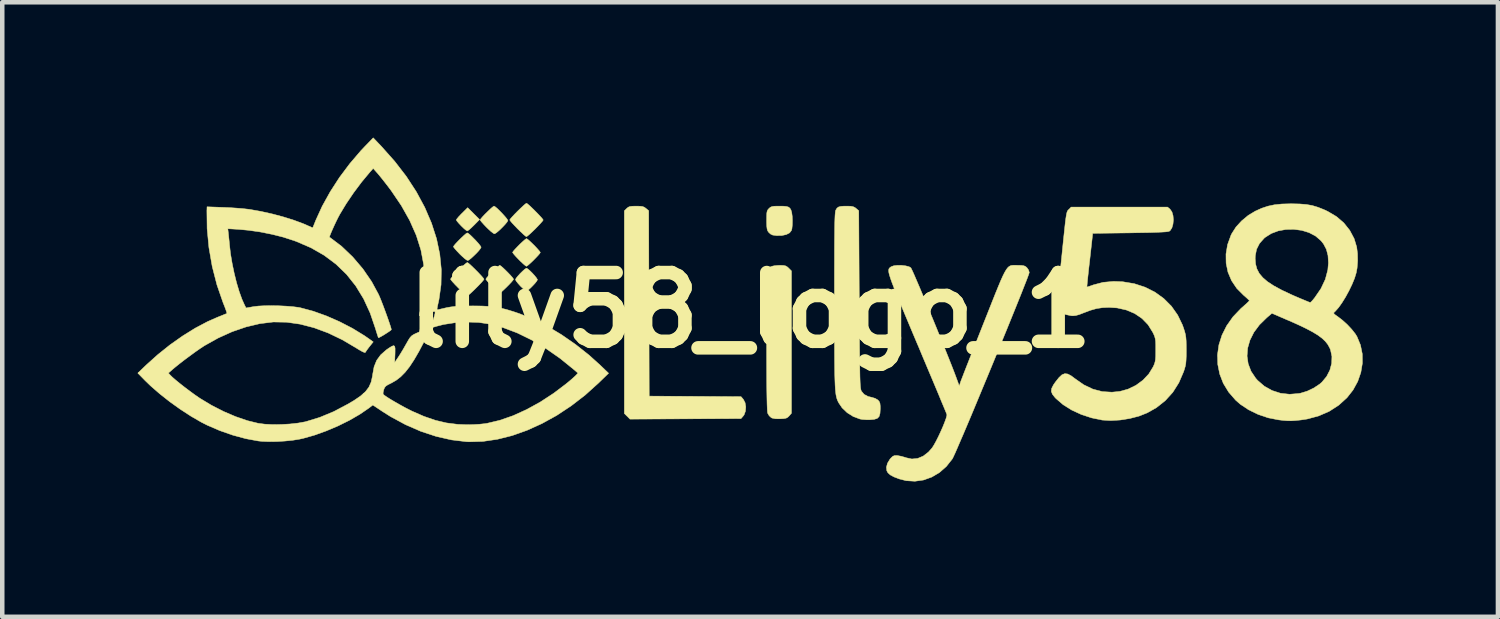
<source format=kicad_pcb>
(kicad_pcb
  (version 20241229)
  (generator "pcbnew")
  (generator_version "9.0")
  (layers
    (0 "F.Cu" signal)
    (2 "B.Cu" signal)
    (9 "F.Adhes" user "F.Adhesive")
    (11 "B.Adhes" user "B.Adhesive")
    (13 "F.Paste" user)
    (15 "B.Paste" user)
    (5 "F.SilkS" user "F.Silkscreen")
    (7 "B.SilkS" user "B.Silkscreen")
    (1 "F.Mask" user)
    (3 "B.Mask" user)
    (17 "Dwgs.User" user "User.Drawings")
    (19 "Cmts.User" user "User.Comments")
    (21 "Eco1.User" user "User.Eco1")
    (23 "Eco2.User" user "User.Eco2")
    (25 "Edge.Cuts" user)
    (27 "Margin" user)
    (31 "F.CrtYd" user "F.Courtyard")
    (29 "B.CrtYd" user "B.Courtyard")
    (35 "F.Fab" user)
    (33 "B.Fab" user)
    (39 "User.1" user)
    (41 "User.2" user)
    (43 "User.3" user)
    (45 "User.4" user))
  (footprint "lily58_logo_1"
    (layer "F.Cu")
    (at 13.583 3.826)
    (property "Reference" "lily58_logo_1" (at 0 0 0) (layer "F.SilkS") (effects (font (size 1.524 1.524) (thickness 0.3))))
    (attr through_hole)
    (fp_poly (pts (xy -6.003 -2.01) (xy -6.128 -1.883) (xy -6.188 -1.825) (xy -6.238 -1.781) (xy -6.271 -1.759) (xy -6.276 -1.757) (xy -6.301 -1.771) (xy -6.346 -1.808) (xy -6.401 -1.861) (xy -6.409 -1.869) (xy -6.462 -1.925) (xy -6.502 -1.972) (xy -6.519 -2) (xy -6.519 -2.002) (xy -6.505 -2.025) (xy -6.468 -2.07) (xy -6.414 -2.127) (xy -6.393 -2.148) (xy -6.267 -2.273) (xy -6.003 -2.01)) (stroke (width 0.01) (type solid)) (fill yes) (layer "F.SilkS"))
    (fp_poly (pts (xy -2.445 -2.305) (xy -2.388 -2.298) (xy -2.348 -2.281) (xy -2.314 -2.256) (xy -2.254 -2.205) (xy -2.249 -0.151) (xy -2.243 1.904) (xy -1.225 1.91) (xy -0.208 1.916) (xy -0.157 1.975) (xy -0.118 2.049) (xy -0.102 2.142) (xy -0.11 2.238) (xy -0.14 2.32) (xy -0.157 2.343) (xy -0.208 2.402) (xy -1.439 2.408) (xy -2.669 2.414) (xy -2.794 2.289) (xy -2.794 -2.203) (xy -2.742 -2.255) (xy -2.71 -2.282) (xy -2.673 -2.298) (xy -2.62 -2.305) (xy -2.537 -2.307) (xy -2.532 -2.307) (xy -2.445 -2.305)) (stroke (width 0.01) (type solid)) (fill yes) (layer "F.SilkS"))
    (fp_poly (pts (xy -4.935 -0.916) (xy -4.89 -0.878) (xy -4.837 -0.826) (xy -4.785 -0.769) (xy -4.744 -0.718) (xy -4.722 -0.683) (xy -4.72 -0.676) (xy -4.735 -0.647) (xy -4.771 -0.6) (xy -4.822 -0.545) (xy -4.876 -0.491) (xy -4.925 -0.448) (xy -4.959 -0.425) (xy -4.965 -0.423) (xy -4.989 -0.437) (xy -5.034 -0.475) (xy -5.089 -0.527) (xy -5.097 -0.535) (xy -5.15 -0.594) (xy -5.19 -0.644) (xy -5.207 -0.677) (xy -5.207 -0.679) (xy -5.193 -0.708) (xy -5.156 -0.754) (xy -5.106 -0.81) (xy -5.051 -0.864) (xy -5.003 -0.907) (xy -4.968 -0.93) (xy -4.962 -0.931) (xy -4.935 -0.916)) (stroke (width 0.01) (type solid)) (fill yes) (layer "F.SilkS"))
    (fp_poly (pts (xy -6.249 -1.7) (xy -6.203 -1.661) (xy -6.147 -1.606) (xy -6.087 -1.545) (xy -6.032 -1.484) (xy -5.991 -1.433) (xy -5.97 -1.4) (xy -5.969 -1.396) (xy -5.984 -1.366) (xy -6.022 -1.317) (xy -6.076 -1.259) (xy -6.137 -1.2) (xy -6.194 -1.148) (xy -6.241 -1.112) (xy -6.266 -1.101) (xy -6.294 -1.115) (xy -6.343 -1.153) (xy -6.405 -1.209) (xy -6.441 -1.244) (xy -6.502 -1.308) (xy -6.55 -1.362) (xy -6.578 -1.399) (xy -6.583 -1.409) (xy -6.568 -1.433) (xy -6.531 -1.477) (xy -6.478 -1.533) (xy -6.418 -1.593) (xy -6.36 -1.648) (xy -6.311 -1.691) (xy -6.279 -1.713) (xy -6.275 -1.714) (xy -6.249 -1.7)) (stroke (width 0.01) (type solid)) (fill yes) (layer "F.SilkS"))
    (fp_poly (pts (xy -5.656 -2.292) (xy -5.61 -2.254) (xy -5.554 -2.199) (xy -5.494 -2.137) (xy -5.44 -2.077) (xy -5.398 -2.026) (xy -5.377 -1.993) (xy -5.376 -1.989) (xy -5.391 -1.958) (xy -5.43 -1.91) (xy -5.484 -1.852) (xy -5.544 -1.792) (xy -5.602 -1.74) (xy -5.649 -1.705) (xy -5.674 -1.693) (xy -5.702 -1.708) (xy -5.751 -1.746) (xy -5.812 -1.802) (xy -5.848 -1.837) (xy -5.909 -1.901) (xy -5.957 -1.955) (xy -5.986 -1.991) (xy -5.99 -2.001) (xy -5.976 -2.025) (xy -5.938 -2.07) (xy -5.885 -2.126) (xy -5.825 -2.185) (xy -5.767 -2.241) (xy -5.718 -2.284) (xy -5.687 -2.306) (xy -5.682 -2.307) (xy -5.656 -2.292)) (stroke (width 0.01) (type solid)) (fill yes) (layer "F.SilkS"))
    (fp_poly (pts (xy -5.531 -0.98) (xy -5.487 -0.943) (xy -5.431 -0.89) (xy -5.371 -0.83) (xy -5.316 -0.772) (xy -5.273 -0.723) (xy -5.251 -0.691) (xy -5.249 -0.687) (xy -5.264 -0.663) (xy -5.301 -0.619) (xy -5.354 -0.563) (xy -5.414 -0.503) (xy -5.473 -0.447) (xy -5.521 -0.404) (xy -5.553 -0.382) (xy -5.557 -0.381) (xy -5.581 -0.395) (xy -5.625 -0.433) (xy -5.684 -0.488) (xy -5.721 -0.524) (xy -5.782 -0.588) (xy -5.83 -0.643) (xy -5.859 -0.679) (xy -5.863 -0.689) (xy -5.849 -0.713) (xy -5.811 -0.757) (xy -5.758 -0.813) (xy -5.698 -0.873) (xy -5.64 -0.928) (xy -5.591 -0.971) (xy -5.56 -0.993) (xy -5.555 -0.995) (xy -5.531 -0.98)) (stroke (width 0.01) (type solid)) (fill yes) (layer "F.SilkS"))
    (fp_poly (pts (xy -4.938 -1.573) (xy -4.894 -1.535) (xy -4.838 -1.482) (xy -4.778 -1.423) (xy -4.723 -1.364) (xy -4.68 -1.315) (xy -4.658 -1.284) (xy -4.657 -1.279) (xy -4.671 -1.255) (xy -4.709 -1.211) (xy -4.762 -1.155) (xy -4.821 -1.095) (xy -4.88 -1.04) (xy -4.929 -0.997) (xy -4.96 -0.975) (xy -4.965 -0.974) (xy -4.988 -0.988) (xy -5.033 -1.026) (xy -5.092 -1.081) (xy -5.128 -1.117) (xy -5.19 -1.181) (xy -5.238 -1.235) (xy -5.266 -1.272) (xy -5.271 -1.282) (xy -5.256 -1.306) (xy -5.218 -1.35) (xy -5.165 -1.406) (xy -5.106 -1.466) (xy -5.047 -1.521) (xy -4.998 -1.564) (xy -4.967 -1.586) (xy -4.962 -1.587) (xy -4.938 -1.573)) (stroke (width 0.01) (type solid)) (fill yes) (layer "F.SilkS"))
    (fp_poly (pts (xy 0.734 -2.306) (xy 0.802 -2.299) (xy 0.847 -2.285) (xy 0.877 -2.26) (xy 0.9 -2.221) (xy 0.916 -2.166) (xy 0.927 -2.083) (xy 0.931 -1.986) (xy 0.929 -1.89) (xy 0.921 -1.809) (xy 0.91 -1.768) (xy 0.869 -1.715) (xy 0.795 -1.677) (xy 0.697 -1.656) (xy 0.582 -1.654) (xy 0.493 -1.666) (xy 0.446 -1.689) (xy 0.403 -1.729) (xy 0.382 -1.761) (xy 0.37 -1.801) (xy 0.363 -1.859) (xy 0.36 -1.944) (xy 0.36 -1.993) (xy 0.361 -2.091) (xy 0.364 -2.156) (xy 0.373 -2.199) (xy 0.388 -2.228) (xy 0.412 -2.255) (xy 0.443 -2.282) (xy 0.478 -2.297) (xy 0.528 -2.305) (xy 0.607 -2.307) (xy 0.632 -2.307) (xy 0.734 -2.306)) (stroke (width 0.01) (type solid)) (fill yes) (layer "F.SilkS"))
    (fp_poly (pts (xy -6.252 -1.044) (xy -6.207 -1.006) (xy -6.149 -0.951) (xy -6.084 -0.887) (xy -6.02 -0.822) (xy -5.964 -0.762) (xy -5.923 -0.715) (xy -5.906 -0.688) (xy -5.905 -0.687) (xy -5.92 -0.664) (xy -5.958 -0.619) (xy -6.013 -0.561) (xy -6.077 -0.496) (xy -6.142 -0.432) (xy -6.202 -0.376) (xy -6.249 -0.335) (xy -6.275 -0.318) (xy -6.277 -0.318) (xy -6.299 -0.332) (xy -6.345 -0.37) (xy -6.406 -0.427) (xy -6.472 -0.493) (xy -6.541 -0.563) (xy -6.597 -0.624) (xy -6.634 -0.668) (xy -6.646 -0.689) (xy -6.632 -0.712) (xy -6.594 -0.757) (xy -6.539 -0.815) (xy -6.475 -0.88) (xy -6.41 -0.944) (xy -6.35 -1) (xy -6.303 -1.04) (xy -6.276 -1.058) (xy -6.275 -1.058) (xy -6.252 -1.044)) (stroke (width 0.01) (type solid)) (fill yes) (layer "F.SilkS"))
    (fp_poly (pts (xy -4.939 -2.356) (xy -4.895 -2.318) (xy -4.837 -2.263) (xy -4.772 -2.199) (xy -4.708 -2.134) (xy -4.652 -2.074) (xy -4.611 -2.027) (xy -4.593 -2.001) (xy -4.593 -1.999) (xy -4.608 -1.976) (xy -4.646 -1.932) (xy -4.701 -1.873) (xy -4.764 -1.808) (xy -4.83 -1.744) (xy -4.89 -1.688) (xy -4.937 -1.648) (xy -4.963 -1.63) (xy -4.964 -1.63) (xy -4.987 -1.644) (xy -5.032 -1.683) (xy -5.093 -1.74) (xy -5.16 -1.805) (xy -5.228 -1.876) (xy -5.284 -1.936) (xy -5.321 -1.981) (xy -5.334 -2.001) (xy -5.32 -2.024) (xy -5.281 -2.069) (xy -5.227 -2.127) (xy -5.163 -2.192) (xy -5.097 -2.256) (xy -5.037 -2.312) (xy -4.991 -2.353) (xy -4.964 -2.37) (xy -4.963 -2.371) (xy -4.939 -2.356)) (stroke (width 0.01) (type solid)) (fill yes) (layer "F.SilkS"))
    (fp_poly (pts (xy 0.735 -0.992) (xy 0.784 -0.981) (xy 0.824 -0.956) (xy 0.848 -0.933) (xy 0.91 -0.871) (xy 0.91 2.284) (xy 0.86 2.342) (xy 0.827 2.374) (xy 0.791 2.393) (xy 0.736 2.403) (xy 0.664 2.407) (xy 0.556 2.406) (xy 0.482 2.391) (xy 0.463 2.382) (xy 0.416 2.339) (xy 0.383 2.283) (xy 0.378 2.251) (xy 0.374 2.186) (xy 0.37 2.085) (xy 0.367 1.949) (xy 0.364 1.776) (xy 0.362 1.565) (xy 0.361 1.315) (xy 0.36 1.025) (xy 0.36 0.705) (xy 0.36 0.404) (xy 0.36 0.142) (xy 0.361 -0.084) (xy 0.362 -0.275) (xy 0.364 -0.436) (xy 0.367 -0.569) (xy 0.371 -0.676) (xy 0.376 -0.761) (xy 0.383 -0.827) (xy 0.392 -0.876) (xy 0.403 -0.911) (xy 0.416 -0.935) (xy 0.431 -0.951) (xy 0.449 -0.962) (xy 0.469 -0.971) (xy 0.477 -0.974) (xy 0.528 -0.985) (xy 0.603 -0.993) (xy 0.659 -0.995) (xy 0.735 -0.992)) (stroke (width 0.01) (type solid)) (fill yes) (layer "F.SilkS"))
    (fp_poly (pts (xy 2.222 -2.305) (xy 2.277 -2.295) (xy 2.319 -2.275) (xy 2.343 -2.256) (xy 2.402 -2.205) (xy 2.413 -0.24) (xy 2.415 0.094) (xy 2.417 0.388) (xy 2.418 0.646) (xy 2.42 0.868) (xy 2.422 1.059) (xy 2.424 1.221) (xy 2.426 1.355) (xy 2.428 1.466) (xy 2.431 1.556) (xy 2.434 1.626) (xy 2.438 1.68) (xy 2.442 1.721) (xy 2.447 1.751) (xy 2.452 1.772) (xy 2.458 1.788) (xy 2.461 1.794) (xy 2.52 1.865) (xy 2.609 1.912) (xy 2.696 1.933) (xy 2.765 1.954) (xy 2.823 1.988) (xy 2.829 1.993) (xy 2.856 2.025) (xy 2.872 2.064) (xy 2.878 2.123) (xy 2.879 2.182) (xy 2.873 2.286) (xy 2.853 2.356) (xy 2.812 2.398) (xy 2.744 2.419) (xy 2.654 2.427) (xy 2.565 2.427) (xy 2.482 2.421) (xy 2.429 2.412) (xy 2.281 2.357) (xy 2.146 2.272) (xy 2.033 2.164) (xy 1.959 2.055) (xy 1.943 2.024) (xy 1.929 1.993) (xy 1.917 1.959) (xy 1.907 1.921) (xy 1.897 1.874) (xy 1.89 1.817) (xy 1.883 1.747) (xy 1.878 1.661) (xy 1.874 1.556) (xy 1.87 1.43) (xy 1.868 1.281) (xy 1.866 1.104) (xy 1.865 0.898) (xy 1.864 0.661) (xy 1.863 0.388) (xy 1.863 0.078) (xy 1.863 -0.218) (xy 1.863 -0.555) (xy 1.863 -0.851) (xy 1.864 -1.111) (xy 1.864 -1.336) (xy 1.865 -1.528) (xy 1.867 -1.691) (xy 1.868 -1.826) (xy 1.87 -1.937) (xy 1.873 -2.025) (xy 1.876 -2.094) (xy 1.88 -2.145) (xy 1.884 -2.182) (xy 1.888 -2.206) (xy 1.894 -2.221) (xy 1.919 -2.262) (xy 1.952 -2.287) (xy 2.001 -2.301) (xy 2.076 -2.307) (xy 2.138 -2.307) (xy 2.222 -2.305)) (stroke (width 0.01) (type solid)) (fill yes) (layer "F.SilkS"))
    (fp_poly (pts (xy 5.873 -0.996) (xy 5.922 -0.995) (xy 5.927 -0.995) (xy 6.009 -0.993) (xy 6.063 -0.985) (xy 6.1 -0.968) (xy 6.129 -0.943) (xy 6.165 -0.892) (xy 6.181 -0.839) (xy 6.181 -0.837) (xy 6.173 -0.808) (xy 6.15 -0.743) (xy 6.113 -0.646) (xy 6.063 -0.519) (xy 6.003 -0.366) (xy 5.932 -0.19) (xy 5.853 0.006) (xy 5.767 0.218) (xy 5.675 0.445) (xy 5.578 0.681) (xy 5.478 0.925) (xy 5.377 1.172) (xy 5.274 1.421) (xy 5.172 1.666) (xy 5.072 1.907) (xy 4.976 2.138) (xy 4.884 2.358) (xy 4.798 2.562) (xy 4.719 2.748) (xy 4.648 2.912) (xy 4.588 3.052) (xy 4.539 3.164) (xy 4.502 3.244) (xy 4.479 3.291) (xy 4.475 3.297) (xy 4.343 3.464) (xy 4.189 3.599) (xy 4.019 3.699) (xy 3.837 3.764) (xy 3.647 3.791) (xy 3.454 3.779) (xy 3.301 3.74) (xy 3.183 3.695) (xy 3.101 3.651) (xy 3.048 3.603) (xy 3.024 3.56) (xy 3.015 3.481) (xy 3.039 3.392) (xy 3.092 3.304) (xy 3.112 3.281) (xy 3.157 3.238) (xy 3.199 3.221) (xy 3.259 3.222) (xy 3.265 3.223) (xy 3.344 3.238) (xy 3.429 3.262) (xy 3.45 3.27) (xy 3.579 3.298) (xy 3.708 3.285) (xy 3.832 3.233) (xy 3.948 3.143) (xy 4.031 3.048) (xy 4.07 2.986) (xy 4.117 2.901) (xy 4.168 2.8) (xy 4.218 2.692) (xy 4.266 2.584) (xy 4.306 2.484) (xy 4.337 2.399) (xy 4.354 2.339) (xy 4.355 2.313) (xy 4.346 2.288) (xy 4.321 2.227) (xy 4.282 2.133) (xy 4.23 2.009) (xy 4.168 1.858) (xy 4.095 1.684) (xy 4.013 1.489) (xy 3.923 1.276) (xy 3.827 1.048) (xy 3.727 0.808) (xy 3.695 0.734) (xy 3.573 0.445) (xy 3.467 0.192) (xy 3.375 -0.027) (xy 3.297 -0.215) (xy 3.232 -0.374) (xy 3.179 -0.507) (xy 3.137 -0.616) (xy 3.106 -0.704) (xy 3.084 -0.774) (xy 3.07 -0.828) (xy 3.065 -0.869) (xy 3.066 -0.899) (xy 3.073 -0.922) (xy 3.086 -0.938) (xy 3.102 -0.952) (xy 3.122 -0.965) (xy 3.124 -0.966) (xy 3.18 -0.986) (xy 3.261 -0.995) (xy 3.354 -0.994) (xy 3.443 -0.983) (xy 3.517 -0.964) (xy 3.556 -0.941) (xy 3.57 -0.915) (xy 3.599 -0.854) (xy 3.64 -0.762) (xy 3.691 -0.643) (xy 3.752 -0.501) (xy 3.819 -0.341) (xy 3.893 -0.166) (xy 3.97 0.02) (xy 4.05 0.212) (xy 4.13 0.407) (xy 4.208 0.6) (xy 4.284 0.786) (xy 4.355 0.963) (xy 4.42 1.126) (xy 4.477 1.27) (xy 4.524 1.392) (xy 4.56 1.488) (xy 4.561 1.491) (xy 4.63 1.679) (xy 4.657 1.596) (xy 4.669 1.562) (xy 4.696 1.493) (xy 4.735 1.391) (xy 4.786 1.26) (xy 4.847 1.105) (xy 4.916 0.929) (xy 4.993 0.736) (xy 5.075 0.529) (xy 5.161 0.311) (xy 5.169 0.291) (xy 5.271 0.034) (xy 5.358 -0.186) (xy 5.432 -0.372) (xy 5.496 -0.528) (xy 5.549 -0.655) (xy 5.595 -0.757) (xy 5.635 -0.837) (xy 5.67 -0.897) (xy 5.702 -0.94) (xy 5.732 -0.968) (xy 5.763 -0.985) (xy 5.796 -0.994) (xy 5.832 -0.996) (xy 5.873 -0.996)) (stroke (width 0.01) (type solid)) (fill yes) (layer "F.SilkS"))
    (fp_poly (pts (xy 9.247 -2.286) (xy 9.303 -2.238) (xy 9.344 -2.179) (xy 9.368 -2.097) (xy 9.376 -2.002) (xy 9.367 -1.908) (xy 9.343 -1.825) (xy 9.304 -1.765) (xy 9.285 -1.751) (xy 9.259 -1.744) (xy 9.207 -1.737) (xy 9.126 -1.732) (xy 9.014 -1.727) (xy 8.868 -1.722) (xy 8.686 -1.719) (xy 8.464 -1.715) (xy 8.414 -1.714) (xy 7.588 -1.704) (xy 7.522 -1.111) (xy 7.504 -0.958) (xy 7.489 -0.819) (xy 7.476 -0.7) (xy 7.467 -0.606) (xy 7.461 -0.543) (xy 7.459 -0.515) (xy 7.459 -0.514) (xy 7.479 -0.519) (xy 7.529 -0.535) (xy 7.597 -0.559) (xy 7.605 -0.562) (xy 7.819 -0.618) (xy 8.053 -0.639) (xy 8.253 -0.631) (xy 8.51 -0.588) (xy 8.749 -0.51) (xy 8.969 -0.399) (xy 9.164 -0.258) (xy 9.333 -0.088) (xy 9.471 0.108) (xy 9.577 0.327) (xy 9.601 0.395) (xy 9.626 0.473) (xy 9.643 0.539) (xy 9.653 0.604) (xy 9.659 0.68) (xy 9.661 0.776) (xy 9.662 0.889) (xy 9.661 1.014) (xy 9.657 1.108) (xy 9.651 1.181) (xy 9.639 1.244) (xy 9.621 1.307) (xy 9.602 1.365) (xy 9.497 1.608) (xy 9.362 1.821) (xy 9.195 2.005) (xy 8.998 2.161) (xy 8.796 2.275) (xy 8.615 2.347) (xy 8.41 2.4) (xy 8.196 2.434) (xy 7.986 2.446) (xy 7.799 2.435) (xy 7.562 2.386) (xy 7.334 2.311) (xy 7.122 2.213) (xy 6.933 2.095) (xy 6.776 1.96) (xy 6.746 1.928) (xy 6.693 1.86) (xy 6.67 1.798) (xy 6.678 1.733) (xy 6.717 1.656) (xy 6.762 1.591) (xy 6.84 1.493) (xy 6.906 1.431) (xy 6.969 1.406) (xy 7.035 1.414) (xy 7.112 1.455) (xy 7.192 1.515) (xy 7.389 1.653) (xy 7.59 1.749) (xy 7.798 1.804) (xy 8.013 1.817) (xy 8.188 1.8) (xy 8.373 1.749) (xy 8.547 1.664) (xy 8.702 1.55) (xy 8.831 1.413) (xy 8.927 1.256) (xy 8.928 1.255) (xy 8.953 1.198) (xy 8.969 1.147) (xy 8.979 1.091) (xy 8.984 1.018) (xy 8.985 0.918) (xy 8.985 0.878) (xy 8.985 0.769) (xy 8.982 0.69) (xy 8.974 0.632) (xy 8.96 0.581) (xy 8.938 0.528) (xy 8.917 0.486) (xy 8.814 0.321) (xy 8.68 0.183) (xy 8.518 0.073) (xy 8.333 -0.005) (xy 8.129 -0.051) (xy 7.954 -0.063) (xy 7.808 -0.057) (xy 7.674 -0.037) (xy 7.536 0.002) (xy 7.388 0.058) (xy 7.289 0.096) (xy 7.214 0.117) (xy 7.151 0.124) (xy 7.113 0.122) (xy 6.993 0.097) (xy 6.897 0.049) (xy 6.832 -0.019) (xy 6.826 -0.029) (xy 6.818 -0.046) (xy 6.811 -0.066) (xy 6.807 -0.092) (xy 6.805 -0.127) (xy 6.806 -0.176) (xy 6.809 -0.243) (xy 6.816 -0.332) (xy 6.826 -0.446) (xy 6.84 -0.589) (xy 6.858 -0.765) (xy 6.879 -0.978) (xy 6.888 -1.06) (xy 6.913 -1.305) (xy 6.934 -1.511) (xy 6.952 -1.683) (xy 6.967 -1.823) (xy 6.979 -1.935) (xy 6.99 -2.022) (xy 7 -2.088) (xy 7.009 -2.136) (xy 7.017 -2.17) (xy 7.026 -2.193) (xy 7.035 -2.21) (xy 7.046 -2.222) (xy 7.058 -2.234) (xy 7.061 -2.236) (xy 7.11 -2.286) (xy 8.179 -2.286) (xy 9.247 -2.286)) (stroke (width 0.01) (type solid)) (fill yes) (layer "F.SilkS"))
    (fp_poly (pts (xy 12.178 -2.355) (xy 12.325 -2.343) (xy 12.455 -2.32) (xy 12.581 -2.282) (xy 12.714 -2.229) (xy 12.799 -2.189) (xy 12.99 -2.076) (xy 13.153 -1.936) (xy 13.284 -1.772) (xy 13.382 -1.588) (xy 13.439 -1.401) (xy 13.457 -1.257) (xy 13.46 -1.094) (xy 13.448 -0.934) (xy 13.428 -0.827) (xy 13.392 -0.709) (xy 13.337 -0.575) (xy 13.269 -0.434) (xy 13.193 -0.294) (xy 13.113 -0.165) (xy 13.036 -0.057) (xy 12.964 0.024) (xy 12.946 0.04) (xy 12.93 0.058) (xy 12.935 0.077) (xy 12.965 0.104) (xy 13.022 0.144) (xy 13.125 0.223) (xy 13.231 0.319) (xy 13.329 0.424) (xy 13.408 0.524) (xy 13.445 0.584) (xy 13.523 0.772) (xy 13.563 0.97) (xy 13.565 1.175) (xy 13.531 1.38) (xy 13.462 1.579) (xy 13.358 1.769) (xy 13.224 1.939) (xy 13.04 2.106) (xy 12.829 2.242) (xy 12.594 2.344) (xy 12.34 2.412) (xy 12.201 2.433) (xy 12.084 2.445) (xy 11.991 2.451) (xy 11.904 2.45) (xy 11.806 2.442) (xy 11.705 2.43) (xy 11.477 2.385) (xy 11.253 2.309) (xy 11.043 2.207) (xy 10.857 2.083) (xy 10.755 1.993) (xy 10.6 1.814) (xy 10.482 1.62) (xy 10.403 1.415) (xy 10.36 1.202) (xy 10.355 1.016) (xy 11.009 1.016) (xy 11.034 1.188) (xy 11.097 1.353) (xy 11.2 1.507) (xy 11.24 1.553) (xy 11.391 1.684) (xy 11.563 1.78) (xy 11.751 1.841) (xy 11.952 1.863) (xy 12.16 1.846) (xy 12.196 1.839) (xy 12.343 1.794) (xy 12.489 1.724) (xy 12.62 1.637) (xy 12.668 1.595) (xy 12.772 1.47) (xy 12.845 1.328) (xy 12.885 1.177) (xy 12.89 1.025) (xy 12.859 0.879) (xy 12.841 0.836) (xy 12.799 0.76) (xy 12.743 0.689) (xy 12.671 0.621) (xy 12.578 0.552) (xy 12.461 0.481) (xy 12.315 0.404) (xy 12.137 0.319) (xy 11.922 0.224) (xy 11.902 0.216) (xy 11.56 0.068) (xy 11.444 0.167) (xy 11.284 0.324) (xy 11.16 0.49) (xy 11.073 0.664) (xy 11.022 0.84) (xy 11.009 1.016) (xy 10.355 1.016) (xy 10.354 0.985) (xy 10.385 0.767) (xy 10.453 0.553) (xy 10.557 0.345) (xy 10.696 0.148) (xy 10.871 -0.036) (xy 10.909 -0.069) (xy 10.974 -0.127) (xy 11.025 -0.174) (xy 11.055 -0.205) (xy 11.06 -0.212) (xy 11.044 -0.231) (xy 11.004 -0.269) (xy 10.947 -0.32) (xy 10.93 -0.334) (xy 10.78 -0.485) (xy 10.665 -0.656) (xy 10.586 -0.843) (xy 10.545 -1.041) (xy 10.543 -1.143) (xy 11.189 -1.143) (xy 11.198 -1.024) (xy 11.227 -0.916) (xy 11.279 -0.816) (xy 11.357 -0.723) (xy 11.464 -0.631) (xy 11.602 -0.541) (xy 11.775 -0.447) (xy 11.985 -0.348) (xy 12.064 -0.313) (xy 12.174 -0.266) (xy 12.27 -0.226) (xy 12.345 -0.195) (xy 12.394 -0.175) (xy 12.408 -0.17) (xy 12.429 -0.185) (xy 12.466 -0.225) (xy 12.507 -0.275) (xy 12.647 -0.479) (xy 12.744 -0.685) (xy 12.799 -0.892) (xy 12.813 -1.048) (xy 12.803 -1.212) (xy 12.767 -1.35) (xy 12.703 -1.471) (xy 12.647 -1.541) (xy 12.528 -1.644) (xy 12.383 -1.72) (xy 12.22 -1.77) (xy 12.046 -1.793) (xy 11.871 -1.79) (xy 11.701 -1.759) (xy 11.544 -1.7) (xy 11.409 -1.614) (xy 11.388 -1.596) (xy 11.285 -1.48) (xy 11.22 -1.352) (xy 11.191 -1.205) (xy 11.189 -1.143) (xy 10.543 -1.143) (xy 10.542 -1.246) (xy 10.577 -1.454) (xy 10.652 -1.661) (xy 10.671 -1.699) (xy 10.763 -1.843) (xy 10.888 -1.98) (xy 11.035 -2.102) (xy 11.191 -2.196) (xy 11.333 -2.26) (xy 11.471 -2.306) (xy 11.616 -2.337) (xy 11.779 -2.354) (xy 11.97 -2.359) (xy 12.002 -2.359) (xy 12.178 -2.355)) (stroke (width 0.01) (type solid)) (fill yes) (layer "F.SilkS"))
    (fp_poly (pts (xy -8.178 -3.63) (xy -7.885 -3.301) (xy -7.626 -2.965) (xy -7.404 -2.624) (xy -7.218 -2.279) (xy -7.069 -1.932) (xy -6.957 -1.585) (xy -6.885 -1.241) (xy -6.851 -0.9) (xy -6.857 -0.564) (xy -6.903 -0.236) (xy -6.92 -0.159) (xy -6.938 -0.077) (xy -6.945 -0.029) (xy -6.941 -0.009) (xy -6.929 -0.009) (xy -6.896 -0.018) (xy -6.833 -0.033) (xy -6.752 -0.052) (xy -6.726 -0.058) (xy -6.645 -0.072) (xy -6.556 -0.083) (xy -6.451 -0.09) (xy -6.32 -0.094) (xy -6.156 -0.095) (xy -6.138 -0.095) (xy -5.955 -0.093) (xy -5.801 -0.085) (xy -5.665 -0.071) (xy -5.536 -0.048) (xy -5.4 -0.014) (xy -5.247 0.033) (xy -5.112 0.079) (xy -4.809 0.2) (xy -4.498 0.356) (xy -4.185 0.544) (xy -3.876 0.758) (xy -3.578 0.994) (xy -3.334 1.214) (xy -3.143 1.397) (xy -3.371 1.618) (xy -3.665 1.883) (xy -3.974 2.121) (xy -4.293 2.332) (xy -4.62 2.512) (xy -4.951 2.662) (xy -5.281 2.779) (xy -5.608 2.861) (xy -5.928 2.908) (xy -6.237 2.917) (xy -6.297 2.914) (xy -6.627 2.874) (xy -6.965 2.797) (xy -7.307 2.684) (xy -7.646 2.536) (xy -7.977 2.357) (xy -8.148 2.249) (xy -8.369 2.102) (xy -8.459 2.171) (xy -8.658 2.307) (xy -8.888 2.44) (xy -9.14 2.565) (xy -9.402 2.676) (xy -9.664 2.77) (xy -9.915 2.841) (xy -9.998 2.859) (xy -10.146 2.883) (xy -10.317 2.9) (xy -10.496 2.911) (xy -10.671 2.913) (xy -10.827 2.907) (xy -10.911 2.898) (xy -11.186 2.847) (xy -11.474 2.769) (xy -11.763 2.668) (xy -12.039 2.549) (xy -12.171 2.482) (xy -12.399 2.35) (xy -12.636 2.196) (xy -12.872 2.027) (xy -13.096 1.85) (xy -13.298 1.674) (xy -13.42 1.556) (xy -13.578 1.394) (xy -13.577 1.393) (xy -12.901 1.393) (xy -12.858 1.44) (xy -12.811 1.486) (xy -12.737 1.55) (xy -12.643 1.627) (xy -12.537 1.71) (xy -12.428 1.792) (xy -12.322 1.87) (xy -12.228 1.935) (xy -12.203 1.952) (xy -11.944 2.108) (xy -11.676 2.245) (xy -11.409 2.359) (xy -11.15 2.448) (xy -10.91 2.507) (xy -10.763 2.526) (xy -10.588 2.535) (xy -10.399 2.533) (xy -10.207 2.522) (xy -10.027 2.502) (xy -9.871 2.474) (xy -9.851 2.469) (xy -9.544 2.375) (xy -9.234 2.246) (xy -8.918 2.079) (xy -8.783 1.999) (xy -8.64 1.901) (xy -8.591 1.857) (xy -8.141 1.857) (xy -8.139 1.862) (xy -8.112 1.887) (xy -8.054 1.927) (xy -7.973 1.978) (xy -7.876 2.035) (xy -7.769 2.096) (xy -7.66 2.156) (xy -7.557 2.209) (xy -7.504 2.236) (xy -7.236 2.353) (xy -6.984 2.44) (xy -6.739 2.498) (xy -6.49 2.53) (xy -6.287 2.538) (xy -6.15 2.536) (xy -6.011 2.528) (xy -5.887 2.515) (xy -5.836 2.507) (xy -5.554 2.44) (xy -5.26 2.338) (xy -4.959 2.201) (xy -4.657 2.035) (xy -4.359 1.84) (xy -4.096 1.641) (xy -4.015 1.575) (xy -3.944 1.514) (xy -3.89 1.465) (xy -3.864 1.44) (xy -3.822 1.394) (xy -3.906 1.321) (xy -4.215 1.07) (xy -4.531 0.849) (xy -4.85 0.659) (xy -5.167 0.504) (xy -5.48 0.386) (xy -5.777 0.307) (xy -6.023 0.271) (xy -6.285 0.262) (xy -6.549 0.277) (xy -6.801 0.316) (xy -6.957 0.356) (xy -7.079 0.393) (xy -7.229 0.689) (xy -7.346 0.912) (xy -7.454 1.098) (xy -7.555 1.252) (xy -7.654 1.377) (xy -7.752 1.476) (xy -7.853 1.554) (xy -7.96 1.615) (xy -7.962 1.616) (xy -8.038 1.654) (xy -8.084 1.685) (xy -8.11 1.719) (xy -8.127 1.763) (xy -8.14 1.818) (xy -8.141 1.857) (xy -8.591 1.857) (xy -8.532 1.805) (xy -8.456 1.705) (xy -8.406 1.592) (xy -8.377 1.459) (xy -8.372 1.421) (xy -8.341 1.253) (xy -8.284 1.112) (xy -8.195 0.99) (xy -8.071 0.88) (xy -8.012 0.839) (xy -7.949 0.8) (xy -7.909 0.785) (xy -7.885 0.798) (xy -7.876 0.843) (xy -7.876 0.924) (xy -7.877 0.971) (xy -7.885 1.159) (xy -7.804 1.04) (xy -7.756 0.965) (xy -7.698 0.869) (xy -7.642 0.771) (xy -7.626 0.743) (xy -7.579 0.66) (xy -7.542 0.604) (xy -7.507 0.567) (xy -7.463 0.538) (xy -7.403 0.509) (xy -7.4 0.508) (xy -7.318 0.473) (xy -7.238 0.441) (xy -7.19 0.424) (xy -7.132 0.398) (xy -7.094 0.356) (xy -7.069 0.305) (xy -7.032 0.212) (xy -7.005 0.13) (xy -6.99 0.067) (xy -6.99 0.031) (xy -6.992 0.029) (xy -7.016 0.029) (xy -7.07 0.042) (xy -7.143 0.065) (xy -7.166 0.073) (xy -7.242 0.098) (xy -7.301 0.116) (xy -7.333 0.122) (xy -7.336 0.121) (xy -7.335 0.098) (xy -7.326 0.045) (xy -7.309 -0.029) (xy -7.303 -0.05) (xy -7.242 -0.37) (xy -7.221 -0.69) (xy -7.242 -1.011) (xy -7.303 -1.334) (xy -7.406 -1.66) (xy -7.551 -1.988) (xy -7.737 -2.319) (xy -7.965 -2.655) (xy -8.014 -2.72) (xy -8.087 -2.815) (xy -8.16 -2.908) (xy -8.224 -2.987) (xy -8.272 -3.044) (xy -8.276 -3.048) (xy -8.361 -3.143) (xy -8.436 -3.059) (xy -8.616 -2.843) (xy -8.794 -2.605) (xy -8.96 -2.36) (xy -9.103 -2.123) (xy -9.108 -2.113) (xy -9.144 -2.046) (xy -9.184 -1.964) (xy -9.226 -1.875) (xy -9.265 -1.788) (xy -9.298 -1.712) (xy -9.321 -1.654) (xy -9.33 -1.623) (xy -9.33 -1.62) (xy -9.063 -1.418) (xy -8.815 -1.181) (xy -8.591 -0.918) (xy -8.395 -0.633) (xy -8.243 -0.352) (xy -8.214 -0.286) (xy -8.178 -0.197) (xy -8.137 -0.091) (xy -8.095 0.022) (xy -8.054 0.135) (xy -8.017 0.24) (xy -7.987 0.33) (xy -7.966 0.396) (xy -7.959 0.431) (xy -7.959 0.432) (xy -7.975 0.448) (xy -8.017 0.478) (xy -8.074 0.515) (xy -8.136 0.554) (xy -8.192 0.586) (xy -8.232 0.607) (xy -8.245 0.61) (xy -8.254 0.587) (xy -8.272 0.533) (xy -8.296 0.457) (xy -8.309 0.412) (xy -8.428 0.063) (xy -8.574 -0.254) (xy -8.749 -0.54) (xy -8.952 -0.795) (xy -9.185 -1.02) (xy -9.448 -1.217) (xy -9.742 -1.385) (xy -10.069 -1.526) (xy -10.351 -1.619) (xy -10.597 -1.681) (xy -10.862 -1.734) (xy -11.126 -1.772) (xy -11.353 -1.793) (xy -11.583 -1.806) (xy -11.571 -1.702) (xy -11.563 -1.624) (xy -11.553 -1.528) (xy -11.546 -1.45) (xy -11.523 -1.249) (xy -11.487 -1.036) (xy -11.442 -0.82) (xy -11.39 -0.61) (xy -11.332 -0.416) (xy -11.271 -0.246) (xy -11.217 -0.125) (xy -11.179 -0.05) (xy -11.013 -0.079) (xy -10.907 -0.092) (xy -10.771 -0.099) (xy -10.614 -0.101) (xy -10.449 -0.098) (xy -10.287 -0.09) (xy -10.138 -0.078) (xy -10.014 -0.062) (xy -9.97 -0.053) (xy -9.69 0.022) (xy -9.397 0.127) (xy -9.103 0.256) (xy -8.819 0.403) (xy -8.556 0.564) (xy -8.461 0.63) (xy -8.36 0.702) (xy -8.444 0.807) (xy -8.489 0.866) (xy -8.522 0.914) (xy -8.536 0.937) (xy -8.556 0.937) (xy -8.606 0.915) (xy -8.68 0.873) (xy -8.729 0.842) (xy -9.042 0.657) (xy -9.358 0.505) (xy -9.671 0.389) (xy -9.98 0.309) (xy -10.28 0.266) (xy -10.568 0.261) (xy -10.583 0.262) (xy -10.875 0.298) (xy -11.178 0.37) (xy -11.487 0.476) (xy -11.795 0.615) (xy -12.096 0.783) (xy -12.106 0.789) (xy -12.191 0.845) (xy -12.299 0.92) (xy -12.419 1.008) (xy -12.542 1.099) (xy -12.657 1.188) (xy -12.755 1.267) (xy -12.806 1.31) (xy -12.901 1.393) (xy -13.577 1.393) (xy -13.392 1.215) (xy -13.136 0.985) (xy -12.866 0.769) (xy -12.587 0.572) (xy -12.307 0.398) (xy -12.033 0.253) (xy -11.822 0.16) (xy -11.735 0.125) (xy -11.664 0.096) (xy -11.617 0.077) (xy -11.602 0.071) (xy -11.607 0.051) (xy -11.624 -0.001) (xy -11.652 -0.077) (xy -11.688 -0.168) (xy -11.69 -0.173) (xy -11.824 -0.561) (xy -11.929 -0.969) (xy -12.002 -1.388) (xy -12.042 -1.806) (xy -12.047 -2.214) (xy -12.046 -2.22) (xy -12.044 -2.292) (xy -11.679 -2.279) (xy -11.537 -2.273) (xy -11.391 -2.263) (xy -11.252 -2.252) (xy -11.136 -2.239) (xy -11.091 -2.233) (xy -10.849 -2.19) (xy -10.598 -2.134) (xy -10.351 -2.068) (xy -10.119 -1.995) (xy -9.913 -1.919) (xy -9.837 -1.886) (xy -9.701 -1.825) (xy -9.632 -1.997) (xy -9.49 -2.308) (xy -9.314 -2.625) (xy -9.11 -2.941) (xy -8.881 -3.247) (xy -8.634 -3.536) (xy -8.544 -3.631) (xy -8.36 -3.821) (xy -8.178 -3.63)) (stroke (width 0.01) (type solid)) (fill yes) (layer "F.SilkS")))
  (gr_rect
    (start -3 -3)
    (end 30.153 10.622)
    (stroke (width 0.1) (type default))
    (fill no)
    (layer "Edge.Cuts")))
</source>
